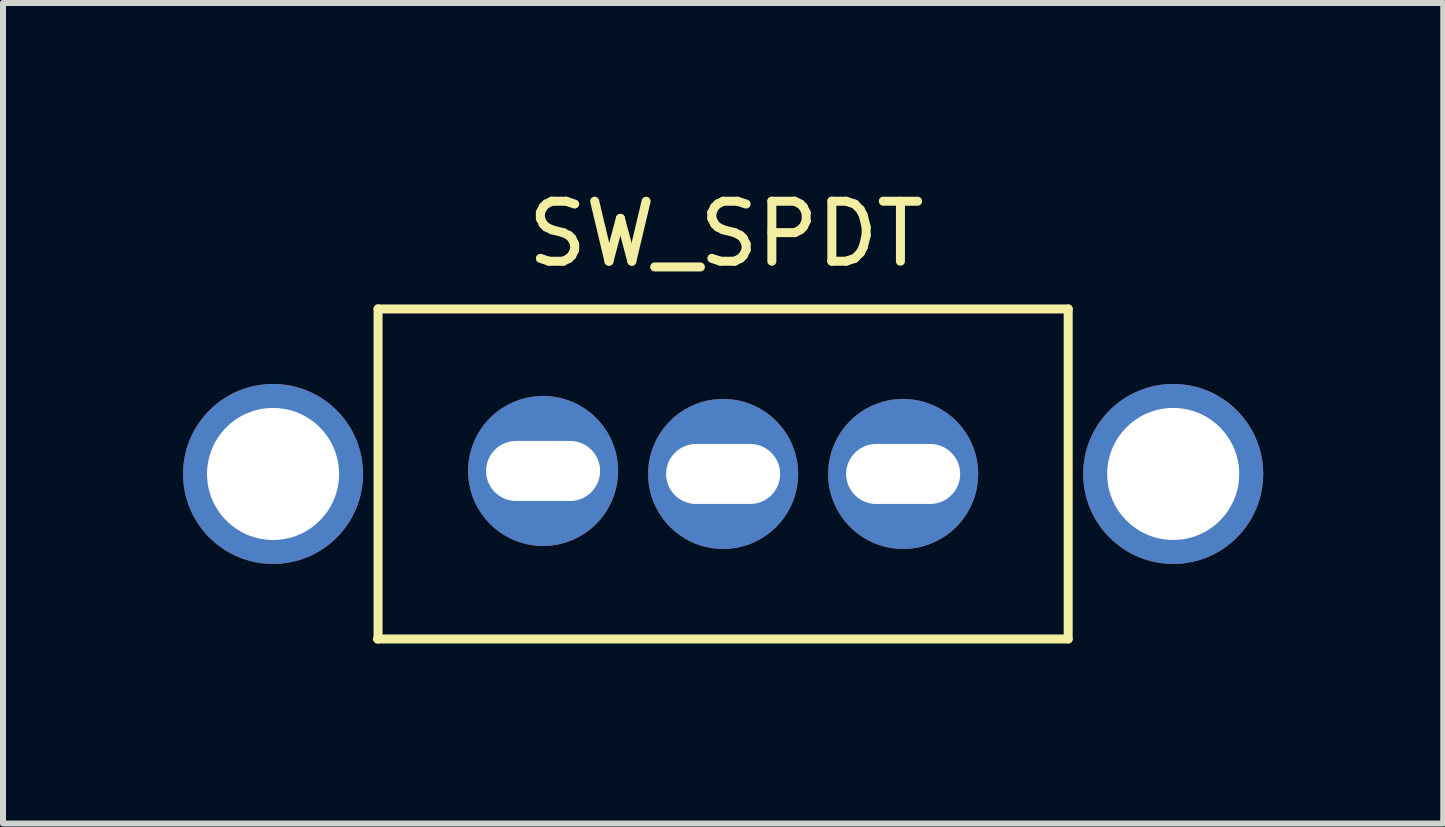
<source format=kicad_pcb>
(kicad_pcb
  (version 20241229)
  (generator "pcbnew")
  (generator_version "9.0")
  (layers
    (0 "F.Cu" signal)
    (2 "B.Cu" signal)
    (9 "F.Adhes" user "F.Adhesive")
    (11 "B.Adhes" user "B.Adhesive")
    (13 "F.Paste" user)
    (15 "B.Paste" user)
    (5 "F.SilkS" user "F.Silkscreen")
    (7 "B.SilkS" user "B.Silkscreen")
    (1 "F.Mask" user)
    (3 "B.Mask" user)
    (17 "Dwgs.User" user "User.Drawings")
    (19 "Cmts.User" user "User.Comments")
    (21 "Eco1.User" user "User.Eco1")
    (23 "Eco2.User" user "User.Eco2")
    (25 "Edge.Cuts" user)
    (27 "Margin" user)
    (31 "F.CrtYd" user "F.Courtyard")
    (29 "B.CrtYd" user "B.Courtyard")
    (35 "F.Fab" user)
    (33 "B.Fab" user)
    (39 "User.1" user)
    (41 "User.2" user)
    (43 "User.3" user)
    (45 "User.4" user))
  (footprint "SW_SPDT"
    (layer "F.Cu")
    (at 9 4.848)
    (property "Reference" "SW_SPDT" (at 0.05 -4 0) (layer "F.SilkS") (effects (font (size 1 1) (thickness 0.15))))
    (attr through_hole)
    (fp_line (start -5.76 2.75) (end 5.75 2.75) (stroke (width 0.15) (type solid)) (layer "F.SilkS"))
    (fp_line (start -5.75 -2.75) (end -5.75 2.75) (stroke (width 0.15) (type solid)) (layer "F.SilkS"))
    (fp_line (start -5.75 -2.75) (end 5.75 -2.75) (stroke (width 0.15) (type solid)) (layer "F.SilkS"))
    (fp_line (start 5.75 2.75) (end 5.75 -2.75) (stroke (width 0.15) (type solid)) (layer "F.SilkS"))
    (pad "" thru_hole circle (at -7.5 0) (size 3 3) (drill 2.2) (layers "*.Cu" "*.Mask"))
    (pad "" thru_hole circle (at 7.5 0) (size 3 3) (drill 2.2) (layers "*.Cu" "*.Mask"))
    (pad "1" thru_hole circle (at -3 -0.05) (size 2.5 2.5) (drill oval 1.9 1) (layers "*.Cu" "*.Mask"))
    (pad "2" thru_hole circle (at 0 0) (size 2.5 2.5) (drill oval 1.9 1) (layers "*.Cu" "*.Mask"))
    (pad "3" thru_hole circle (at 3 0) (size 2.5 2.5) (drill oval 1.9 1) (layers "*.Cu" "*.Mask")))
  (gr_rect
    (start -3 -3)
    (end 21 10.673)
    (stroke (width 0.1) (type default))
    (fill no)
    (layer "Edge.Cuts")))
</source>
